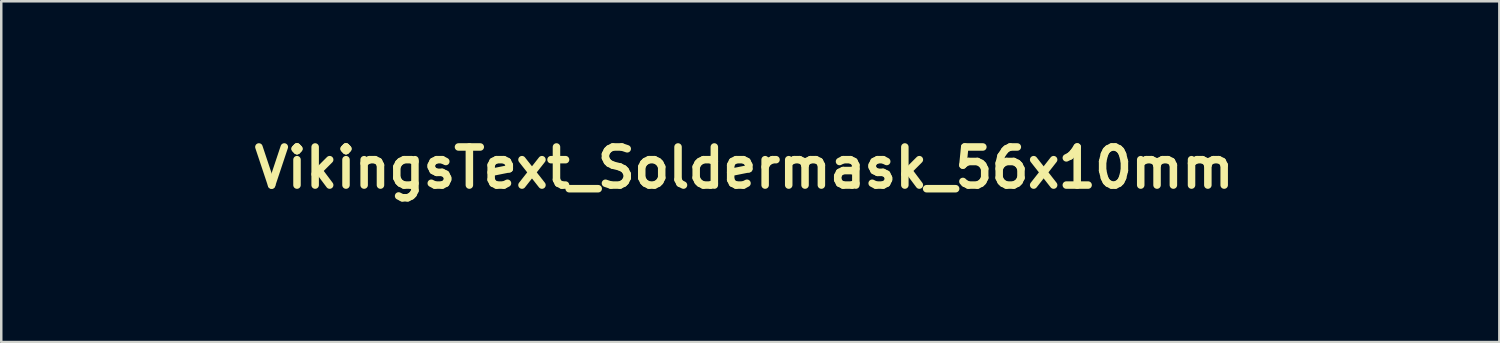
<source format=kicad_pcb>
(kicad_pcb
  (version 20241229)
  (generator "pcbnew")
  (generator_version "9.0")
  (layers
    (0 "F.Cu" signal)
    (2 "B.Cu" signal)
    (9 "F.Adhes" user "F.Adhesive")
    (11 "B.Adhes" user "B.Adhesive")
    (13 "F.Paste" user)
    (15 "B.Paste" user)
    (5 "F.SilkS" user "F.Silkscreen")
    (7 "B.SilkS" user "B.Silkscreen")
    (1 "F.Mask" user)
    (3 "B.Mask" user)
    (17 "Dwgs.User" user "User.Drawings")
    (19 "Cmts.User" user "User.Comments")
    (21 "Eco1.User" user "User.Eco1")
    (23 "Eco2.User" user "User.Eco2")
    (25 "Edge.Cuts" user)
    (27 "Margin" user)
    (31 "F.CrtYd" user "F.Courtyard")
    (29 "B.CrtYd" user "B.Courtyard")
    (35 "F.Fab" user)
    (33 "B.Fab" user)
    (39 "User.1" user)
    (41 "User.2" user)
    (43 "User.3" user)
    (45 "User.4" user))
  (footprint "VikingsText_Soldermask_56x10mm"
    (layer "F.Cu")
    (at 26.718 3.663)
    (property "Reference" "VikingsText_Soldermask_56x10mm" (at 0 0 0) (layer "F.SilkS") (effects (font (size 1.524 1.524) (thickness 0.3))))
    (attr through_hole)
    (fp_poly (pts (xy 1.421 2.273) (xy 0.964 2.494) (xy 0.508 2.715) (xy 0.508 -1.651) (xy -0.021 -1.651) (xy -0.18 -1.652) (xy -0.322 -1.654) (xy -0.438 -1.657) (xy -0.522 -1.662) (xy -0.564 -1.667) (xy -0.568 -1.669) (xy -0.554 -1.687) (xy -0.503 -1.729) (xy -0.423 -1.787) (xy -0.32 -1.857) (xy -0.241 -1.91) (xy 0.104 -2.134) (xy 1.422 -2.134) (xy 1.421 2.273)) (stroke (width 0.01) (type solid)) (fill yes) (layer "F.Mask"))
    (fp_poly (pts (xy 10.922 2.26) (xy 10.465 2.489) (xy 10.008 2.718) (xy 10.008 -1.651) (xy 9.461 -1.651) (xy 9.3 -1.652) (xy 9.158 -1.655) (xy 9.043 -1.659) (xy 8.96 -1.665) (xy 8.919 -1.671) (xy 8.915 -1.674) (xy 8.936 -1.694) (xy 8.992 -1.737) (xy 9.076 -1.796) (xy 9.182 -1.868) (xy 9.255 -1.915) (xy 9.594 -2.134) (xy 10.922 -2.134) (xy 10.922 2.26)) (stroke (width 0.01) (type solid)) (fill yes) (layer "F.Mask"))
    (fp_poly (pts (xy -8.421 -0.099) (xy -8.18 -0.098) (xy -7.953 -0.097) (xy -7.746 -0.094) (xy -7.563 -0.092) (xy -7.41 -0.089) (xy -7.293 -0.086) (xy -7.217 -0.082) (xy -7.188 -0.079) (xy -7.135 -0.055) (xy -7.121 -0.021) (xy -7.146 0.027) (xy -7.213 0.092) (xy -7.308 0.167) (xy -7.421 0.254) (xy -7.546 0.352) (xy -7.657 0.444) (xy -7.679 0.462) (xy -7.851 0.61) (xy -9.09 0.61) (xy -9.337 0.609) (xy -9.567 0.608) (xy -9.777 0.607) (xy -9.962 0.605) (xy -10.116 0.602) (xy -10.234 0.599) (xy -10.313 0.596) (xy -10.346 0.593) (xy -10.346 0.593) (xy -10.363 0.558) (xy -10.344 0.515) (xy -10.288 0.459) (xy -10.193 0.387) (xy -10.099 0.317) (xy -9.984 0.227) (xy -9.867 0.132) (xy -9.807 0.083) (xy -9.591 -0.102) (xy -8.421 -0.099)) (stroke (width 0.01) (type solid)) (fill yes) (layer "F.Mask"))
    (fp_poly (pts (xy 0.864 -3.639) (xy 0.925 -3.59) (xy 1.002 -3.517) (xy 1.088 -3.428) (xy 1.178 -3.331) (xy 1.264 -3.233) (xy 1.339 -3.141) (xy 1.396 -3.065) (xy 1.429 -3.01) (xy 1.433 -2.989) (xy 1.411 -2.961) (xy 1.358 -2.908) (xy 1.282 -2.836) (xy 1.192 -2.752) (xy 1.094 -2.664) (xy 0.997 -2.578) (xy 0.907 -2.5) (xy 0.833 -2.438) (xy 0.783 -2.398) (xy 0.763 -2.388) (xy 0.739 -2.405) (xy 0.686 -2.453) (xy 0.611 -2.525) (xy 0.519 -2.615) (xy 0.453 -2.681) (xy 0.354 -2.784) (xy 0.267 -2.876) (xy 0.198 -2.95) (xy 0.154 -3.001) (xy 0.142 -3.017) (xy 0.138 -3.044) (xy 0.159 -3.083) (xy 0.208 -3.139) (xy 0.292 -3.22) (xy 0.294 -3.222) (xy 0.42 -3.337) (xy 0.539 -3.441) (xy 0.646 -3.531) (xy 0.734 -3.6) (xy 0.797 -3.644) (xy 0.828 -3.658) (xy 0.864 -3.639)) (stroke (width 0.01) (type solid)) (fill yes) (layer "F.Mask"))
    (fp_poly (pts (xy 10.355 -3.635) (xy 10.372 -3.624) (xy 10.416 -3.588) (xy 10.482 -3.523) (xy 10.564 -3.439) (xy 10.653 -3.345) (xy 10.74 -3.249) (xy 10.817 -3.162) (xy 10.875 -3.091) (xy 10.907 -3.045) (xy 10.909 -3.042) (xy 10.916 -3.014) (xy 10.905 -2.982) (xy 10.872 -2.939) (xy 10.811 -2.876) (xy 10.744 -2.812) (xy 10.624 -2.702) (xy 10.51 -2.601) (xy 10.408 -2.514) (xy 10.325 -2.445) (xy 10.266 -2.402) (xy 10.24 -2.388) (xy 10.217 -2.405) (xy 10.165 -2.453) (xy 10.09 -2.526) (xy 9.999 -2.617) (xy 9.924 -2.695) (xy 9.825 -2.799) (xy 9.74 -2.892) (xy 9.675 -2.968) (xy 9.636 -3.02) (xy 9.627 -3.039) (xy 9.638 -3.072) (xy 9.676 -3.121) (xy 9.743 -3.19) (xy 9.843 -3.283) (xy 9.979 -3.402) (xy 9.989 -3.411) (xy 10.105 -3.51) (xy 10.189 -3.579) (xy 10.249 -3.622) (xy 10.293 -3.643) (xy 10.326 -3.646) (xy 10.355 -3.635)) (stroke (width 0.01) (type solid)) (fill yes) (layer "F.Mask"))
    (fp_poly (pts (xy 15.3 -2.233) (xy 15.454 -2.183) (xy 15.625 -2.105) (xy 15.721 -2.055) (xy 15.965 -1.906) (xy 16.205 -1.721) (xy 16.449 -1.495) (xy 16.501 -1.442) (xy 16.726 -1.193) (xy 16.906 -0.955) (xy 17.044 -0.725) (xy 17.142 -0.495) (xy 17.202 -0.261) (xy 17.228 -0.018) (xy 17.229 0.064) (xy 17.22 0.271) (xy 17.189 0.457) (xy 17.132 0.642) (xy 17.045 0.844) (xy 17.036 0.864) (xy 16.96 1.013) (xy 16.88 1.154) (xy 16.792 1.291) (xy 16.693 1.43) (xy 16.579 1.575) (xy 16.445 1.729) (xy 16.288 1.899) (xy 16.105 2.088) (xy 15.891 2.301) (xy 15.643 2.542) (xy 15.629 2.556) (xy 15.419 2.758) (xy 15.243 2.925) (xy 15.097 3.06) (xy 14.979 3.165) (xy 14.886 3.242) (xy 14.816 3.294) (xy 14.765 3.322) (xy 14.732 3.329) (xy 14.713 3.315) (xy 14.707 3.285) (xy 14.707 3.278) (xy 14.722 3.24) (xy 14.764 3.173) (xy 14.827 3.084) (xy 14.905 2.983) (xy 14.925 2.958) (xy 15.184 2.633) (xy 15.409 2.337) (xy 15.602 2.068) (xy 15.765 1.82) (xy 15.9 1.59) (xy 16.011 1.373) (xy 16.099 1.164) (xy 16.166 0.959) (xy 16.216 0.754) (xy 16.25 0.545) (xy 16.253 0.521) (xy 16.266 0.25) (xy 16.235 -0.009) (xy 16.16 -0.262) (xy 16.037 -0.517) (xy 15.942 -0.671) (xy 15.733 -0.946) (xy 15.498 -1.181) (xy 15.231 -1.382) (xy 15.127 -1.446) (xy 14.938 -1.553) (xy 14.779 -1.632) (xy 14.64 -1.686) (xy 14.51 -1.719) (xy 14.381 -1.735) (xy 14.313 -1.737) (xy 14.199 -1.736) (xy 14.115 -1.726) (xy 14.039 -1.702) (xy 13.959 -1.666) (xy 13.805 -1.569) (xy 13.655 -1.437) (xy 13.521 -1.283) (xy 13.417 -1.121) (xy 13.408 -1.102) (xy 13.322 -0.927) (xy 13.315 0.714) (xy 13.308 2.356) (xy 12.883 2.512) (xy 12.745 2.562) (xy 12.624 2.605) (xy 12.527 2.639) (xy 12.463 2.661) (xy 12.44 2.667) (xy 12.437 2.642) (xy 12.434 2.57) (xy 12.431 2.455) (xy 12.429 2.3) (xy 12.427 2.109) (xy 12.425 1.885) (xy 12.423 1.633) (xy 12.422 1.356) (xy 12.421 1.058) (xy 12.421 0.742) (xy 12.421 0.508) (xy 12.421 -1.651) (xy 11.849 -1.651) (xy 11.685 -1.652) (xy 11.539 -1.654) (xy 11.419 -1.658) (xy 11.331 -1.662) (xy 11.284 -1.667) (xy 11.278 -1.67) (xy 11.299 -1.688) (xy 11.358 -1.725) (xy 11.448 -1.777) (xy 11.561 -1.84) (xy 11.671 -1.899) (xy 12.063 -2.108) (xy 13.333 -2.108) (xy 13.348 -1.472) (xy 13.44 -1.535) (xy 13.546 -1.603) (xy 13.687 -1.685) (xy 13.848 -1.774) (xy 14.019 -1.865) (xy 14.187 -1.951) (xy 14.338 -2.024) (xy 14.434 -2.067) (xy 14.653 -2.155) (xy 14.839 -2.216) (xy 15.003 -2.25) (xy 15.153 -2.255) (xy 15.3 -2.233)) (stroke (width 0.01) (type solid)) (fill yes) (layer "F.Mask"))
    (fp_poly (pts (xy -20.853 -2.066) (xy -20.695 -2.099) (xy -20.368 -2.155) (xy -20.027 -2.19) (xy -19.658 -2.206) (xy -19.375 -2.206) (xy -19.2 -2.202) (xy -19.068 -2.199) (xy -18.968 -2.194) (xy -18.894 -2.187) (xy -18.837 -2.176) (xy -18.787 -2.161) (xy -18.737 -2.14) (xy -18.701 -2.124) (xy -18.563 -2.041) (xy -18.416 -1.918) (xy -18.267 -1.762) (xy -18.123 -1.583) (xy -17.99 -1.388) (xy -17.884 -1.198) (xy -17.805 -1.024) (xy -17.734 -0.831) (xy -17.674 -0.634) (xy -17.632 -0.451) (xy -17.613 -0.317) (xy -17.61 -0.128) (xy -17.627 0.09) (xy -17.661 0.323) (xy -17.71 0.554) (xy -17.771 0.769) (xy -17.84 0.952) (xy -17.842 0.957) (xy -17.965 1.185) (xy -18.118 1.406) (xy -18.293 1.611) (xy -18.481 1.792) (xy -18.675 1.937) (xy -18.791 2.004) (xy -18.941 2.072) (xy -19.14 2.147) (xy -19.387 2.228) (xy -19.685 2.318) (xy -19.761 2.34) (xy -19.985 2.401) (xy -20.169 2.447) (xy -20.319 2.478) (xy -20.443 2.496) (xy -20.547 2.5) (xy -20.64 2.493) (xy -20.707 2.48) (xy -20.853 2.445) (xy -20.853 2.541) (xy -20.855 2.588) (xy -20.866 2.621) (xy -20.896 2.648) (xy -20.954 2.678) (xy -21.05 2.718) (xy -21.05 2.718) (xy -21.159 2.763) (xy -21.266 2.808) (xy -21.349 2.843) (xy -21.358 2.847) (xy -21.432 2.876) (xy -21.489 2.893) (xy -21.504 2.896) (xy -21.51 2.889) (xy -21.516 2.868) (xy -21.52 2.829) (xy -21.524 2.77) (xy -21.528 2.688) (xy -21.531 2.58) (xy -21.533 2.443) (xy -21.535 2.275) (xy -21.536 2.072) (xy -21.538 1.832) (xy -21.538 1.551) (xy -21.539 1.228) (xy -21.539 0.86) (xy -21.539 0.524) (xy -21.539 -1.389) (xy -20.853 -1.389) (xy -20.853 1.937) (xy -20.606 1.925) (xy -20.417 1.907) (xy -20.251 1.872) (xy -20.155 1.842) (xy -19.968 1.77) (xy -19.767 1.677) (xy -19.56 1.57) (xy -19.359 1.455) (xy -19.173 1.337) (xy -19.011 1.223) (xy -18.885 1.117) (xy -18.855 1.088) (xy -18.726 0.936) (xy -18.63 0.778) (xy -18.566 0.605) (xy -18.531 0.409) (xy -18.521 0.18) (xy -18.526 0.025) (xy -18.563 -0.298) (xy -18.632 -0.605) (xy -18.732 -0.891) (xy -18.86 -1.149) (xy -19.013 -1.377) (xy -19.189 -1.568) (xy -19.385 -1.718) (xy -19.492 -1.778) (xy -19.695 -1.849) (xy -19.912 -1.873) (xy -20.14 -1.85) (xy -20.374 -1.78) (xy -20.443 -1.75) (xy -20.556 -1.696) (xy -20.637 -1.646) (xy -20.701 -1.587) (xy -20.766 -1.509) (xy -20.781 -1.488) (xy -20.853 -1.389) (xy -21.539 -1.389) (xy -21.539 -1.847) (xy -21.657 -1.863) (xy -21.742 -1.872) (xy -21.854 -1.878) (xy -21.971 -1.881) (xy -21.981 -1.881) (xy -22.093 -1.884) (xy -22.2 -1.89) (xy -22.279 -1.899) (xy -22.286 -1.9) (xy -22.385 -1.918) (xy -22.124 -2.102) (xy -21.862 -2.286) (xy -20.853 -2.286) (xy -20.853 -2.066)) (stroke (width 0.01) (type solid)) (fill yes) (layer "F.Mask"))
    (fp_poly (pts (xy 6.68 -2.132) (xy 6.379 -1.857) (xy 6.044 -1.571) (xy 5.687 -1.284) (xy 5.321 -1.005) (xy 5.012 -0.782) (xy 4.703 -0.566) (xy 5.698 0.424) (xy 5.965 0.689) (xy 6.2 0.92) (xy 6.407 1.12) (xy 6.588 1.292) (xy 6.747 1.438) (xy 6.887 1.561) (xy 7.011 1.664) (xy 7.124 1.75) (xy 7.227 1.822) (xy 7.325 1.881) (xy 7.421 1.932) (xy 7.517 1.977) (xy 7.562 1.996) (xy 7.667 2.033) (xy 7.768 2.051) (xy 7.875 2.05) (xy 8.003 2.031) (xy 8.165 1.992) (xy 8.169 1.991) (xy 8.349 1.945) (xy 8.482 1.917) (xy 8.567 1.907) (xy 8.604 1.915) (xy 8.594 1.941) (xy 8.538 1.986) (xy 8.434 2.049) (xy 8.283 2.131) (xy 8.253 2.146) (xy 8.115 2.219) (xy 7.976 2.294) (xy 7.85 2.363) (xy 7.752 2.418) (xy 7.734 2.429) (xy 7.574 2.516) (xy 7.433 2.573) (xy 7.296 2.605) (xy 7.144 2.616) (xy 7.11 2.616) (xy 6.926 2.603) (xy 6.757 2.562) (xy 6.588 2.486) (xy 6.439 2.395) (xy 6.373 2.344) (xy 6.272 2.257) (xy 6.137 2.133) (xy 5.967 1.972) (xy 5.763 1.776) (xy 5.524 1.543) (xy 5.251 1.274) (xy 5.156 1.179) (xy 4.959 0.984) (xy 4.77 0.798) (xy 4.595 0.626) (xy 4.435 0.471) (xy 4.295 0.335) (xy 4.178 0.222) (xy 4.086 0.135) (xy 4.024 0.078) (xy 3.994 0.053) (xy 3.994 0.053) (xy 3.94 0.036) (xy 3.908 0.04) (xy 3.901 0.062) (xy 3.896 0.121) (xy 3.893 0.217) (xy 3.891 0.354) (xy 3.891 0.535) (xy 3.893 0.76) (xy 3.896 1.033) (xy 3.899 1.178) (xy 3.917 2.299) (xy 3.501 2.483) (xy 3.366 2.542) (xy 3.246 2.594) (xy 3.149 2.634) (xy 3.083 2.659) (xy 3.057 2.667) (xy 3.048 2.648) (xy 3.039 2.59) (xy 3.031 2.491) (xy 3.024 2.347) (xy 3.017 2.157) (xy 3.012 1.949) (xy 3.001 1.502) (xy 2.992 1.072) (xy 2.983 0.665) (xy 2.975 0.282) (xy 2.967 -0.072) (xy 2.961 -0.394) (xy 2.956 -0.681) (xy 2.952 -0.93) (xy 2.949 -1.137) (xy 2.947 -1.3) (xy 2.947 -1.39) (xy 2.946 -1.777) (xy 1.765 -1.791) (xy 2.083 -1.984) (xy 2.203 -2.056) (xy 2.316 -2.12) (xy 2.409 -2.17) (xy 2.474 -2.201) (xy 2.487 -2.206) (xy 2.534 -2.214) (xy 2.623 -2.221) (xy 2.744 -2.226) (xy 2.888 -2.231) (xy 3.047 -2.234) (xy 3.212 -2.236) (xy 3.373 -2.236) (xy 3.523 -2.235) (xy 3.651 -2.233) (xy 3.75 -2.228) (xy 3.81 -2.222) (xy 3.821 -2.22) (xy 3.831 -2.211) (xy 3.84 -2.191) (xy 3.847 -2.155) (xy 3.852 -2.098) (xy 3.855 -2.014) (xy 3.858 -1.9) (xy 3.86 -1.751) (xy 3.861 -1.561) (xy 3.861 -1.326) (xy 3.861 -1.28) (xy 3.861 -1.069) (xy 3.862 -0.875) (xy 3.864 -0.703) (xy 3.866 -0.56) (xy 3.868 -0.451) (xy 3.871 -0.381) (xy 3.874 -0.356) (xy 3.874 -0.356) (xy 3.912 -0.368) (xy 3.983 -0.401) (xy 4.075 -0.45) (xy 4.177 -0.507) (xy 4.279 -0.566) (xy 4.37 -0.623) (xy 4.435 -0.667) (xy 4.54 -0.752) (xy 4.671 -0.87) (xy 4.824 -1.015) (xy 4.991 -1.182) (xy 5.167 -1.365) (xy 5.343 -1.556) (xy 5.519 -1.74) (xy 5.677 -1.888) (xy 5.825 -2.004) (xy 5.97 -2.095) (xy 6.018 -2.12) (xy 6.128 -2.167) (xy 6.273 -2.214) (xy 6.435 -2.259) (xy 6.598 -2.295) (xy 6.745 -2.319) (xy 6.756 -2.321) (xy 6.896 -2.337) (xy 6.68 -2.132)) (stroke (width 0.01) (type solid)) (fill yes) (layer "F.Mask"))
    (fp_poly (pts (xy -1.543 -2.132) (xy -1.36 -2.13) (xy -1.204 -2.127) (xy -1.078 -2.124) (xy -0.99 -2.119) (xy -0.945 -2.114) (xy -0.94 -2.111) (xy -0.951 -2.079) (xy -0.981 -2.007) (xy -1.028 -1.904) (xy -1.088 -1.775) (xy -1.158 -1.627) (xy -1.235 -1.466) (xy -1.316 -1.3) (xy -1.397 -1.134) (xy -1.475 -0.976) (xy -1.548 -0.832) (xy -1.612 -0.708) (xy -1.637 -0.66) (xy -1.776 -0.405) (xy -1.926 -0.137) (xy -2.082 0.135) (xy -2.238 0.402) (xy -2.39 0.654) (xy -2.531 0.882) (xy -2.657 1.078) (xy -2.701 1.143) (xy -2.748 1.211) (xy -2.821 1.312) (xy -2.914 1.438) (xy -3.021 1.583) (xy -3.138 1.74) (xy -3.258 1.9) (xy -3.376 2.057) (xy -3.487 2.203) (xy -3.585 2.331) (xy -3.665 2.434) (xy -3.718 2.502) (xy -3.805 2.602) (xy -3.891 2.689) (xy -3.965 2.754) (xy -4.022 2.789) (xy -4.04 2.794) (xy -4.066 2.777) (xy -4.108 2.737) (xy -4.109 2.736) (xy -4.129 2.705) (xy -4.168 2.631) (xy -4.226 2.519) (xy -4.301 2.372) (xy -4.391 2.193) (xy -4.494 1.986) (xy -4.609 1.756) (xy -4.733 1.504) (xy -4.864 1.235) (xy -5.002 0.952) (xy -5.052 0.85) (xy -5.224 0.495) (xy -5.376 0.183) (xy -5.509 -0.09) (xy -5.624 -0.326) (xy -5.723 -0.527) (xy -5.807 -0.698) (xy -5.878 -0.84) (xy -5.937 -0.956) (xy -5.986 -1.05) (xy -6.025 -1.125) (xy -6.058 -1.183) (xy -6.085 -1.227) (xy -6.107 -1.26) (xy -6.126 -1.286) (xy -6.144 -1.306) (xy -6.162 -1.324) (xy -6.165 -1.327) (xy -6.243 -1.387) (xy -6.32 -1.412) (xy -6.409 -1.401) (xy -6.52 -1.356) (xy -6.56 -1.335) (xy -6.68 -1.277) (xy -6.764 -1.249) (xy -6.813 -1.252) (xy -6.832 -1.284) (xy -6.833 -1.293) (xy -6.809 -1.338) (xy -6.737 -1.399) (xy -6.661 -1.449) (xy -6.576 -1.506) (xy -6.466 -1.585) (xy -6.342 -1.677) (xy -6.219 -1.773) (xy -6.196 -1.791) (xy -6.085 -1.878) (xy -5.982 -1.957) (xy -5.895 -2.019) (xy -5.835 -2.06) (xy -5.822 -2.067) (xy -5.705 -2.103) (xy -5.58 -2.101) (xy -5.486 -2.07) (xy -5.461 -2.056) (xy -5.436 -2.038) (xy -5.41 -2.014) (xy -5.382 -1.982) (xy -5.35 -1.938) (xy -5.313 -1.88) (xy -5.269 -1.805) (xy -5.218 -1.711) (xy -5.156 -1.594) (xy -5.085 -1.453) (xy -5 -1.283) (xy -4.902 -1.084) (xy -4.789 -0.851) (xy -4.66 -0.582) (xy -4.512 -0.275) (xy -4.345 0.074) (xy -4.216 0.343) (xy -4.095 0.596) (xy -3.98 0.835) (xy -3.874 1.057) (xy -3.778 1.257) (xy -3.694 1.432) (xy -3.624 1.577) (xy -3.57 1.689) (xy -3.534 1.764) (xy -3.517 1.797) (xy -3.516 1.799) (xy -3.499 1.784) (xy -3.46 1.733) (xy -3.403 1.653) (xy -3.333 1.551) (xy -3.254 1.435) (xy -3.172 1.31) (xy -3.092 1.184) (xy -3.017 1.065) (xy -2.997 1.032) (xy -2.712 0.539) (xy -2.44 0.024) (xy -2.189 -0.498) (xy -1.967 -1.01) (xy -1.889 -1.206) (xy -1.732 -1.613) (xy -2.515 -1.651) (xy -2.709 -1.661) (xy -2.887 -1.671) (xy -3.042 -1.68) (xy -3.167 -1.689) (xy -3.257 -1.696) (xy -3.306 -1.701) (xy -3.312 -1.703) (xy -3.297 -1.72) (xy -3.246 -1.756) (xy -3.168 -1.806) (xy -3.072 -1.864) (xy -2.967 -1.925) (xy -2.862 -1.984) (xy -2.765 -2.036) (xy -2.686 -2.075) (xy -2.657 -2.088) (xy -2.622 -2.1) (xy -2.578 -2.11) (xy -2.52 -2.117) (xy -2.441 -2.123) (xy -2.336 -2.127) (xy -2.2 -2.13) (xy -2.026 -2.131) (xy -1.808 -2.132) (xy -1.746 -2.132) (xy -1.543 -2.132)) (stroke (width 0.01) (type solid)) (fill yes) (layer "F.Mask"))
    (fp_poly (pts (xy -24.21 -2.204) (xy -24.036 -2.198) (xy -23.884 -2.187) (xy -23.625 -2.16) (xy -23.412 -2.132) (xy -23.238 -2.1) (xy -23.098 -2.064) (xy -22.987 -2.021) (xy -22.899 -1.971) (xy -22.828 -1.911) (xy -22.824 -1.907) (xy -22.788 -1.864) (xy -22.769 -1.822) (xy -22.771 -1.775) (xy -22.796 -1.719) (xy -22.847 -1.648) (xy -22.927 -1.556) (xy -23.038 -1.439) (xy -23.14 -1.336) (xy -23.263 -1.213) (xy -23.356 -1.122) (xy -23.424 -1.061) (xy -23.472 -1.024) (xy -23.503 -1.008) (xy -23.524 -1.01) (xy -23.53 -1.013) (xy -23.552 -1.041) (xy -23.552 -1.08) (xy -23.534 -1.141) (xy -23.516 -1.208) (xy -23.514 -1.256) (xy -23.517 -1.263) (xy -23.566 -1.303) (xy -23.661 -1.346) (xy -23.795 -1.39) (xy -23.963 -1.433) (xy -24.16 -1.474) (xy -24.38 -1.511) (xy -24.397 -1.514) (xy -24.56 -1.533) (xy -24.737 -1.544) (xy -24.941 -1.547) (xy -25.117 -1.545) (xy -25.558 -1.536) (xy -25.616 -1.468) (xy -25.664 -1.385) (xy -25.702 -1.267) (xy -25.725 -1.131) (xy -25.73 -1.029) (xy -25.725 -0.964) (xy -25.708 -0.905) (xy -25.675 -0.85) (xy -25.621 -0.796) (xy -25.542 -0.741) (xy -25.435 -0.682) (xy -25.294 -0.616) (xy -25.116 -0.541) (xy -24.897 -0.454) (xy -24.74 -0.393) (xy -24.436 -0.275) (xy -24.176 -0.169) (xy -23.954 -0.075) (xy -23.767 0.011) (xy -23.609 0.091) (xy -23.476 0.168) (xy -23.363 0.244) (xy -23.265 0.321) (xy -23.179 0.4) (xy -23.055 0.547) (xy -22.95 0.716) (xy -22.87 0.897) (xy -22.819 1.077) (xy -22.802 1.245) (xy -22.808 1.323) (xy -22.822 1.399) (xy -22.838 1.455) (xy -22.843 1.467) (xy -22.87 1.492) (xy -22.93 1.54) (xy -23.016 1.605) (xy -23.12 1.682) (xy -23.171 1.719) (xy -23.298 1.815) (xy -23.447 1.934) (xy -23.603 2.065) (xy -23.752 2.196) (xy -23.831 2.267) (xy -23.956 2.381) (xy -24.073 2.482) (xy -24.174 2.564) (xy -24.251 2.62) (xy -24.289 2.642) (xy -24.439 2.69) (xy -24.627 2.723) (xy -24.843 2.739) (xy -25.075 2.738) (xy -25.313 2.72) (xy -25.49 2.694) (xy -25.884 2.601) (xy -26.252 2.464) (xy -26.393 2.397) (xy -26.535 2.319) (xy -26.633 2.254) (xy -26.691 2.196) (xy -26.713 2.143) (xy -26.707 2.095) (xy -26.683 2.061) (xy -26.632 2) (xy -26.558 1.919) (xy -26.47 1.824) (xy -26.373 1.722) (xy -26.274 1.62) (xy -26.179 1.525) (xy -26.096 1.444) (xy -26.031 1.383) (xy -25.99 1.35) (xy -25.981 1.346) (xy -25.949 1.367) (xy -25.945 1.422) (xy -25.962 1.484) (xy -25.977 1.55) (xy -25.966 1.601) (xy -25.921 1.648) (xy -25.835 1.7) (xy -25.804 1.716) (xy -25.57 1.819) (xy -25.314 1.902) (xy -25.047 1.966) (xy -24.776 2.009) (xy -24.511 2.03) (xy -24.261 2.028) (xy -24.033 2.003) (xy -23.837 1.953) (xy -23.779 1.929) (xy -23.666 1.879) (xy -23.68 1.645) (xy -23.699 1.456) (xy -23.733 1.307) (xy -23.787 1.185) (xy -23.864 1.08) (xy -23.901 1.042) (xy -23.941 1.005) (xy -23.981 0.971) (xy -24.027 0.938) (xy -24.083 0.904) (xy -24.154 0.866) (xy -24.244 0.822) (xy -24.358 0.771) (xy -24.501 0.709) (xy -24.677 0.635) (xy -24.892 0.546) (xy -25.139 0.444) (xy -25.424 0.326) (xy -25.666 0.225) (xy -25.869 0.139) (xy -26.035 0.064) (xy -26.17 -0.000438) (xy -26.277 -0.057) (xy -26.359 -0.109) (xy -26.421 -0.158) (xy -26.466 -0.205) (xy -26.498 -0.254) (xy -26.52 -0.307) (xy -26.538 -0.366) (xy -26.545 -0.394) (xy -26.558 -0.482) (xy -26.568 -0.6) (xy -26.573 -0.735) (xy -26.573 -0.871) (xy -26.568 -0.995) (xy -26.559 -1.091) (xy -26.551 -1.13) (xy -26.537 -1.162) (xy -26.511 -1.192) (xy -26.466 -1.226) (xy -26.396 -1.268) (xy -26.292 -1.323) (xy -26.161 -1.389) (xy -25.996 -1.473) (xy -25.858 -1.552) (xy -25.729 -1.636) (xy -25.594 -1.734) (xy -25.45 -1.846) (xy -25.332 -1.939) (xy -25.222 -2.023) (xy -25.129 -2.092) (xy -25.061 -2.139) (xy -25.031 -2.156) (xy -24.967 -2.173) (xy -24.861 -2.187) (xy -24.723 -2.197) (xy -24.562 -2.204) (xy -24.388 -2.206) (xy -24.21 -2.204)) (stroke (width 0.01) (type solid)) (fill yes) (layer "F.Mask"))
    (fp_poly (pts (xy -12.147 -2.084) (xy -12.01 -2.08) (xy -11.899 -2.073) (xy -11.821 -2.065) (xy -11.784 -2.054) (xy -11.782 -2.051) (xy -11.782 -2.021) (xy -11.781 -1.945) (xy -11.779 -1.825) (xy -11.778 -1.666) (xy -11.776 -1.471) (xy -11.774 -1.245) (xy -11.772 -0.99) (xy -11.769 -0.712) (xy -11.767 -0.414) (xy -11.765 -0.099) (xy -11.763 0.068) (xy -11.761 0.389) (xy -11.758 0.695) (xy -11.755 0.983) (xy -11.752 1.249) (xy -11.748 1.488) (xy -11.745 1.698) (xy -11.742 1.874) (xy -11.739 2.013) (xy -11.736 2.11) (xy -11.733 2.162) (xy -11.732 2.171) (xy -11.702 2.177) (xy -11.631 2.183) (xy -11.525 2.19) (xy -11.395 2.196) (xy -11.274 2.201) (xy -11.08 2.207) (xy -10.933 2.213) (xy -10.831 2.221) (xy -10.77 2.235) (xy -10.748 2.255) (xy -10.761 2.286) (xy -10.806 2.329) (xy -10.88 2.387) (xy -10.965 2.451) (xy -11.074 2.531) (xy -11.177 2.601) (xy -11.263 2.655) (xy -11.321 2.686) (xy -11.325 2.687) (xy -11.367 2.698) (xy -11.428 2.705) (xy -11.515 2.71) (xy -11.633 2.711) (xy -11.788 2.709) (xy -11.986 2.705) (xy -12.059 2.703) (xy -12.7 2.685) (xy -12.7 2.371) (xy -12.701 2.252) (xy -12.703 2.153) (xy -12.707 2.085) (xy -12.711 2.058) (xy -12.711 2.057) (xy -12.736 2.07) (xy -12.797 2.103) (xy -12.888 2.154) (xy -13.001 2.219) (xy -13.124 2.29) (xy -13.36 2.423) (xy -13.563 2.529) (xy -13.742 2.612) (xy -13.905 2.677) (xy -14.061 2.726) (xy -14.135 2.745) (xy -14.313 2.777) (xy -14.5 2.792) (xy -14.68 2.789) (xy -14.838 2.77) (xy -14.924 2.748) (xy -15.051 2.695) (xy -15.203 2.616) (xy -15.367 2.52) (xy -15.531 2.412) (xy -15.61 2.356) (xy -15.729 2.26) (xy -15.868 2.136) (xy -16.018 1.994) (xy -16.169 1.841) (xy -16.313 1.687) (xy -16.441 1.542) (xy -16.544 1.414) (xy -16.592 1.346) (xy -16.751 1.071) (xy -16.859 0.803) (xy -16.918 0.541) (xy -16.926 0.283) (xy -16.884 0.03) (xy -16.84 -0.107) (xy -16.801 -0.198) (xy -16.738 -0.327) (xy -16.653 -0.488) (xy -16.549 -0.677) (xy -16.43 -0.889) (xy -16.297 -1.118) (xy -16.238 -1.219) (xy -16.035 -1.562) (xy -16.52 -1.578) (xy -16.682 -1.583) (xy -16.834 -1.588) (xy -16.967 -1.592) (xy -17.07 -1.595) (xy -17.129 -1.597) (xy -17.201 -1.601) (xy -17.231 -1.61) (xy -17.229 -1.628) (xy -17.22 -1.64) (xy -17.178 -1.675) (xy -17.101 -1.727) (xy -16.998 -1.789) (xy -16.88 -1.856) (xy -16.758 -1.922) (xy -16.641 -1.981) (xy -16.597 -2.001) (xy -16.523 -2.034) (xy -16.462 -2.056) (xy -16.402 -2.07) (xy -16.33 -2.078) (xy -16.234 -2.082) (xy -16.103 -2.083) (xy -16.062 -2.083) (xy -15.938 -2.081) (xy -15.798 -2.076) (xy -15.651 -2.069) (xy -15.507 -2.061) (xy -15.376 -2.051) (xy -15.265 -2.04) (xy -15.185 -2.03) (xy -15.145 -2.021) (xy -15.143 -2.02) (xy -15.153 -1.996) (xy -15.184 -1.937) (xy -15.233 -1.849) (xy -15.295 -1.74) (xy -15.338 -1.665) (xy -15.481 -1.413) (xy -15.614 -1.162) (xy -15.735 -0.919) (xy -15.838 -0.695) (xy -15.919 -0.499) (xy -15.95 -0.411) (xy -16.012 -0.165) (xy -16.027 0.076) (xy -15.996 0.313) (xy -15.917 0.547) (xy -15.79 0.782) (xy -15.614 1.017) (xy -15.389 1.256) (xy -15.247 1.387) (xy -14.979 1.602) (xy -14.702 1.789) (xy -14.422 1.943) (xy -14.146 2.061) (xy -13.88 2.14) (xy -13.67 2.174) (xy -13.473 2.174) (xy -13.277 2.141) (xy -13.093 2.081) (xy -12.933 1.996) (xy -12.808 1.89) (xy -12.79 1.868) (xy -12.713 1.773) (xy -12.699 -1.575) (xy -13.284 -1.575) (xy -13.45 -1.576) (xy -13.598 -1.578) (xy -13.72 -1.581) (xy -13.81 -1.586) (xy -13.86 -1.591) (xy -13.868 -1.594) (xy -13.848 -1.619) (xy -13.793 -1.664) (xy -13.713 -1.724) (xy -13.617 -1.792) (xy -13.513 -1.863) (xy -13.41 -1.93) (xy -13.318 -1.987) (xy -13.245 -2.028) (xy -13.209 -2.044) (xy -13.152 -2.056) (xy -13.058 -2.066) (xy -12.934 -2.074) (xy -12.789 -2.08) (xy -12.629 -2.084) (xy -12.464 -2.086) (xy -12.301 -2.086) (xy -12.147 -2.084)) (stroke (width 0.01) (type solid)) (fill yes) (layer "F.Mask"))
    (fp_poly (pts (xy 25.746 -2.206) (xy 25.921 -2.2) (xy 26.083 -2.188) (xy 26.101 -2.186) (xy 26.357 -2.158) (xy 26.567 -2.129) (xy 26.738 -2.097) (xy 26.874 -2.061) (xy 26.982 -2.02) (xy 27.066 -1.971) (xy 27.133 -1.914) (xy 27.137 -1.91) (xy 27.182 -1.849) (xy 27.195 -1.79) (xy 27.173 -1.723) (xy 27.115 -1.638) (xy 27.084 -1.6) (xy 27.013 -1.521) (xy 26.926 -1.43) (xy 26.83 -1.334) (xy 26.731 -1.239) (xy 26.636 -1.152) (xy 26.554 -1.079) (xy 26.489 -1.027) (xy 26.45 -1.003) (xy 26.443 -1.002) (xy 26.42 -1.043) (xy 26.42 -1.108) (xy 26.441 -1.168) (xy 26.456 -1.224) (xy 26.453 -1.252) (xy 26.413 -1.293) (xy 26.329 -1.336) (xy 26.204 -1.38) (xy 26.046 -1.423) (xy 25.857 -1.464) (xy 25.645 -1.502) (xy 25.571 -1.513) (xy 25.437 -1.529) (xy 25.283 -1.54) (xy 25.117 -1.546) (xy 24.948 -1.549) (xy 24.786 -1.547) (xy 24.638 -1.541) (xy 24.514 -1.531) (xy 24.422 -1.517) (xy 24.372 -1.499) (xy 24.371 -1.498) (xy 24.311 -1.419) (xy 24.268 -1.294) (xy 24.242 -1.123) (xy 24.241 -1.111) (xy 24.234 -1.013) (xy 24.236 -0.95) (xy 24.25 -0.905) (xy 24.279 -0.862) (xy 24.295 -0.843) (xy 24.338 -0.8) (xy 24.397 -0.756) (xy 24.475 -0.709) (xy 24.58 -0.656) (xy 24.714 -0.596) (xy 24.883 -0.526) (xy 25.091 -0.443) (xy 25.286 -0.369) (xy 25.587 -0.252) (xy 25.845 -0.147) (xy 26.063 -0.053) (xy 26.248 0.034) (xy 26.404 0.116) (xy 26.535 0.196) (xy 26.646 0.276) (xy 26.743 0.358) (xy 26.786 0.399) (xy 26.911 0.549) (xy 27.022 0.729) (xy 27.107 0.917) (xy 27.115 0.941) (xy 27.142 1.05) (xy 27.156 1.172) (xy 27.159 1.29) (xy 27.148 1.389) (xy 27.131 1.441) (xy 27.098 1.479) (xy 27.035 1.536) (xy 26.953 1.601) (xy 26.918 1.627) (xy 26.762 1.742) (xy 26.636 1.836) (xy 26.529 1.919) (xy 26.43 2.001) (xy 26.329 2.089) (xy 26.213 2.194) (xy 26.119 2.281) (xy 25.999 2.389) (xy 25.885 2.486) (xy 25.786 2.566) (xy 25.709 2.621) (xy 25.673 2.641) (xy 25.523 2.69) (xy 25.335 2.723) (xy 25.12 2.739) (xy 24.888 2.738) (xy 24.651 2.72) (xy 24.473 2.694) (xy 24.275 2.652) (xy 24.079 2.598) (xy 23.889 2.535) (xy 23.712 2.465) (xy 23.554 2.392) (xy 23.422 2.318) (xy 23.322 2.246) (xy 23.259 2.179) (xy 23.241 2.127) (xy 23.26 2.088) (xy 23.315 2.017) (xy 23.404 1.915) (xy 23.527 1.786) (xy 23.602 1.71) (xy 23.712 1.6) (xy 23.811 1.503) (xy 23.893 1.425) (xy 23.952 1.371) (xy 23.982 1.347) (xy 23.984 1.346) (xy 24.013 1.367) (xy 24.021 1.417) (xy 24.007 1.478) (xy 24.001 1.489) (xy 23.983 1.541) (xy 23.992 1.587) (xy 24.035 1.633) (xy 24.116 1.685) (xy 24.2 1.729) (xy 24.531 1.869) (xy 24.889 1.964) (xy 25.274 2.017) (xy 25.387 2.024) (xy 25.645 2.026) (xy 25.872 2.008) (xy 26.063 1.971) (xy 26.18 1.931) (xy 26.289 1.882) (xy 26.289 1.693) (xy 26.276 1.52) (xy 26.241 1.352) (xy 26.187 1.205) (xy 26.118 1.091) (xy 26.109 1.081) (xy 26.068 1.038) (xy 26.02 0.996) (xy 25.962 0.955) (xy 25.888 0.91) (xy 25.793 0.86) (xy 25.674 0.803) (xy 25.525 0.737) (xy 25.342 0.658) (xy 25.121 0.565) (xy 24.892 0.47) (xy 24.686 0.385) (xy 24.492 0.305) (xy 24.314 0.232) (xy 24.16 0.168) (xy 24.034 0.116) (xy 23.943 0.078) (xy 23.892 0.057) (xy 23.889 0.056) (xy 23.761 -0.008) (xy 23.642 -0.082) (xy 23.544 -0.16) (xy 23.478 -0.232) (xy 23.464 -0.257) (xy 23.43 -0.362) (xy 23.405 -0.503) (xy 23.391 -0.663) (xy 23.388 -0.829) (xy 23.395 -0.984) (xy 23.415 -1.115) (xy 23.433 -1.175) (xy 23.46 -1.201) (xy 23.526 -1.244) (xy 23.621 -1.298) (xy 23.737 -1.359) (xy 23.809 -1.395) (xy 23.974 -1.479) (xy 24.114 -1.559) (xy 24.246 -1.645) (xy 24.387 -1.747) (xy 24.509 -1.842) (xy 24.628 -1.934) (xy 24.738 -2.018) (xy 24.831 -2.087) (xy 24.9 -2.135) (xy 24.928 -2.152) (xy 24.991 -2.171) (xy 25.095 -2.186) (xy 25.232 -2.197) (xy 25.392 -2.205) (xy 25.566 -2.208) (xy 25.746 -2.206)) (stroke (width 0.01) (type solid)) (fill yes) (layer "F.Mask"))
    (fp_poly (pts (xy 20.27 -2.119) (xy 20.452 -2.108) (xy 20.658 -2.091) (xy 20.88 -2.07) (xy 21.112 -2.044) (xy 21.347 -2.015) (xy 21.579 -1.983) (xy 21.801 -1.949) (xy 21.971 -1.919) (xy 22.238 -1.866) (xy 22.456 -1.814) (xy 22.627 -1.763) (xy 22.753 -1.711) (xy 22.835 -1.658) (xy 22.875 -1.604) (xy 22.88 -1.587) (xy 22.867 -1.552) (xy 22.829 -1.485) (xy 22.771 -1.393) (xy 22.698 -1.283) (xy 22.615 -1.162) (xy 22.528 -1.04) (xy 22.442 -0.922) (xy 22.363 -0.817) (xy 22.295 -0.732) (xy 22.244 -0.675) (xy 22.233 -0.665) (xy 22.175 -0.627) (xy 22.141 -0.633) (xy 22.132 -0.679) (xy 22.147 -0.745) (xy 22.168 -0.833) (xy 22.18 -0.928) (xy 22.181 -0.937) (xy 22.168 -1.029) (xy 22.12 -1.108) (xy 22.034 -1.179) (xy 21.905 -1.242) (xy 21.731 -1.302) (xy 21.625 -1.331) (xy 21.532 -1.35) (xy 21.397 -1.374) (xy 21.23 -1.4) (xy 21.038 -1.428) (xy 20.831 -1.456) (xy 20.616 -1.483) (xy 20.404 -1.508) (xy 20.202 -1.53) (xy 20.02 -1.549) (xy 19.866 -1.562) (xy 19.76 -1.568) (xy 19.541 -1.571) (xy 19.364 -1.557) (xy 19.22 -1.525) (xy 19.103 -1.468) (xy 19.006 -1.386) (xy 18.92 -1.272) (xy 18.841 -1.132) (xy 18.714 -0.846) (xy 18.622 -0.566) (xy 18.566 -0.298) (xy 18.549 -0.05) (xy 18.564 0.13) (xy 18.596 0.276) (xy 18.645 0.414) (xy 18.716 0.549) (xy 18.812 0.684) (xy 18.935 0.825) (xy 19.09 0.974) (xy 19.28 1.136) (xy 19.508 1.314) (xy 19.737 1.484) (xy 19.956 1.64) (xy 20.144 1.768) (xy 20.306 1.869) (xy 20.451 1.948) (xy 20.585 2.008) (xy 20.717 2.053) (xy 20.851 2.085) (xy 20.997 2.109) (xy 21.037 2.114) (xy 21.165 2.127) (xy 21.271 2.128) (xy 21.38 2.116) (xy 21.482 2.098) (xy 21.583 2.077) (xy 21.665 2.056) (xy 21.715 2.04) (xy 21.723 2.036) (xy 21.73 2.006) (xy 21.739 1.933) (xy 21.748 1.825) (xy 21.759 1.69) (xy 21.769 1.535) (xy 21.78 1.368) (xy 21.789 1.197) (xy 21.798 1.029) (xy 21.805 0.873) (xy 21.81 0.736) (xy 21.813 0.626) (xy 21.813 0.55) (xy 21.81 0.516) (xy 21.809 0.516) (xy 21.776 0.507) (xy 21.701 0.501) (xy 21.592 0.498) (xy 21.458 0.497) (xy 21.308 0.498) (xy 21.15 0.501) (xy 20.994 0.507) (xy 20.853 0.515) (xy 20.561 0.534) (xy 20.714 0.445) (xy 20.805 0.397) (xy 20.931 0.338) (xy 21.079 0.273) (xy 21.238 0.207) (xy 21.393 0.145) (xy 21.532 0.094) (xy 21.565 0.083) (xy 21.628 0.068) (xy 21.722 0.056) (xy 21.852 0.046) (xy 22.022 0.038) (xy 22.234 0.032) (xy 22.415 0.028) (xy 22.552 0.026) (xy 22.65 0.026) (xy 22.715 0.029) (xy 22.755 0.034) (xy 22.773 0.043) (xy 22.778 0.055) (xy 22.776 0.067) (xy 22.771 0.101) (xy 22.762 0.181) (xy 22.749 0.301) (xy 22.734 0.455) (xy 22.716 0.639) (xy 22.697 0.847) (xy 22.676 1.074) (xy 22.658 1.27) (xy 22.635 1.514) (xy 22.614 1.749) (xy 22.593 1.968) (xy 22.574 2.165) (xy 22.557 2.334) (xy 22.543 2.469) (xy 22.533 2.563) (xy 22.528 2.603) (xy 22.495 2.769) (xy 22.444 2.906) (xy 22.366 3.029) (xy 22.254 3.152) (xy 22.187 3.214) (xy 22.092 3.301) (xy 22 3.388) (xy 21.925 3.462) (xy 21.897 3.492) (xy 21.791 3.608) (xy 21.688 3.717) (xy 21.595 3.813) (xy 21.518 3.89) (xy 21.462 3.942) (xy 21.434 3.962) (xy 21.433 3.962) (xy 21.415 3.942) (xy 21.412 3.92) (xy 21.42 3.88) (xy 21.44 3.803) (xy 21.47 3.702) (xy 21.499 3.609) (xy 21.575 3.326) (xy 21.629 3.024) (xy 21.658 2.724) (xy 21.661 2.498) (xy 21.654 2.241) (xy 21.311 2.403) (xy 21.106 2.496) (xy 20.936 2.567) (xy 20.79 2.618) (xy 20.657 2.653) (xy 20.529 2.675) (xy 20.432 2.685) (xy 20.18 2.68) (xy 19.918 2.629) (xy 19.646 2.532) (xy 19.362 2.389) (xy 19.066 2.199) (xy 18.757 1.961) (xy 18.434 1.675) (xy 18.305 1.552) (xy 18.131 1.377) (xy 17.991 1.224) (xy 17.88 1.086) (xy 17.792 0.953) (xy 17.72 0.818) (xy 17.66 0.672) (xy 17.637 0.61) (xy 17.605 0.47) (xy 17.59 0.297) (xy 17.59 0.106) (xy 17.607 -0.089) (xy 17.639 -0.273) (xy 17.662 -0.36) (xy 17.76 -0.636) (xy 17.884 -0.902) (xy 18.024 -1.14) (xy 18.055 -1.186) (xy 18.119 -1.273) (xy 18.167 -1.329) (xy 18.211 -1.362) (xy 18.263 -1.382) (xy 18.332 -1.398) (xy 18.446 -1.424) (xy 18.583 -1.461) (xy 18.731 -1.505) (xy 18.877 -1.55) (xy 19.008 -1.594) (xy 19.111 -1.633) (xy 19.161 -1.655) (xy 19.222 -1.689) (xy 19.314 -1.745) (xy 19.424 -1.814) (xy 19.54 -1.889) (xy 19.554 -1.898) (xy 19.668 -1.971) (xy 19.775 -2.035) (xy 19.864 -2.084) (xy 19.925 -2.111) (xy 19.931 -2.113) (xy 20.003 -2.122) (xy 20.118 -2.124) (xy 20.27 -2.119)) (stroke (width 0.01) (type solid)) (fill yes) (layer "F.Mask")))
  (gr_rect
    (start -3 -3)
    (end 56.919 10.63)
    (stroke (width 0.1) (type default))
    (fill no)
    (layer "Edge.Cuts")))
</source>
